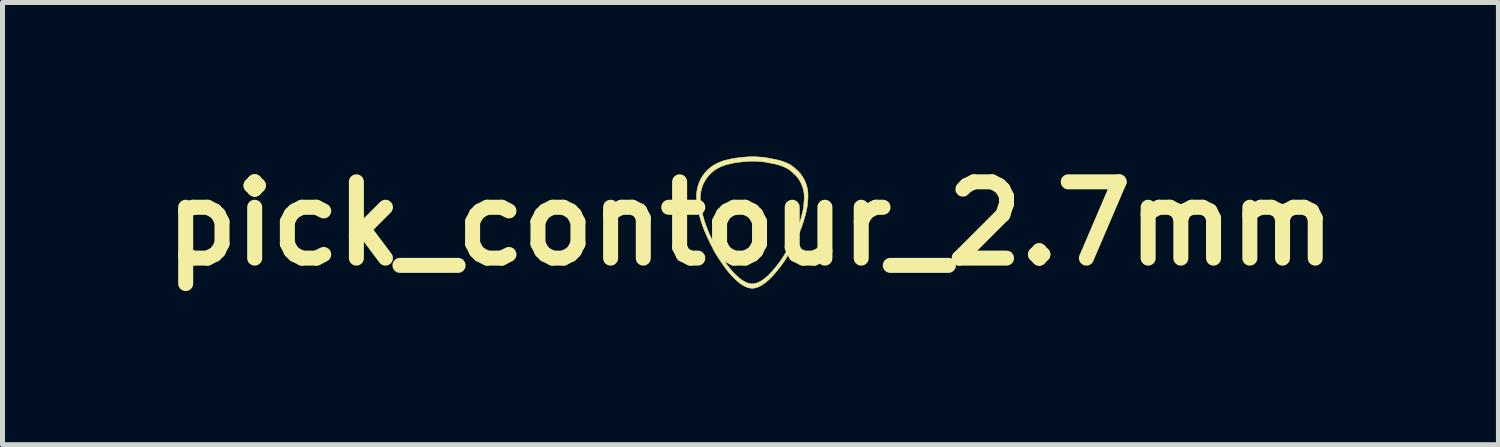
<source format=kicad_pcb>
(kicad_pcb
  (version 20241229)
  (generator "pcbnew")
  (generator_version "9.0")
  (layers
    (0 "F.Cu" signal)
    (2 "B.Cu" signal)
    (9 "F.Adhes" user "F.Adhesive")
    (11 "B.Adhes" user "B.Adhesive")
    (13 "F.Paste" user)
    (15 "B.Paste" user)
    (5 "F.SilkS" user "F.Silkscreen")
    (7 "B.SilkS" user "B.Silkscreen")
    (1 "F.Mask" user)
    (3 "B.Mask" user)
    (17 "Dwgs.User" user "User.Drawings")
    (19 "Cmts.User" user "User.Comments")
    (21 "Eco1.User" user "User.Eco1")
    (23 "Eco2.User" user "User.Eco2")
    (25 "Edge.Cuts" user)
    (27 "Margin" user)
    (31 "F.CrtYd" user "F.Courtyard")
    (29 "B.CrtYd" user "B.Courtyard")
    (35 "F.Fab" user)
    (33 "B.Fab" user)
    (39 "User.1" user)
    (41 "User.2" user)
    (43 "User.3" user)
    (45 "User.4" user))
  (footprint "pick_contour_2.7mm"
    (layer "F.Cu")
    (at 11.945 1.418)
    (property "Reference" "pick_contour_2.7mm" (at 0 0 0) (layer "F.SilkS") (effects (font (size 1.524 1.524) (thickness 0.3))))
    (attr through_hole)
    (fp_poly (pts (xy 0.119 -1.335) (xy 0.134 -1.334) (xy 0.148 -1.333) (xy 0.162 -1.332) (xy 0.175 -1.331) (xy 0.187 -1.33) (xy 0.199 -1.329) (xy 0.209 -1.328) (xy 0.219 -1.328) (xy 0.229 -1.327) (xy 0.238 -1.326) (xy 0.246 -1.325) (xy 0.253 -1.325) (xy 0.261 -1.324) (xy 0.267 -1.323) (xy 0.273 -1.322) (xy 0.279 -1.322) (xy 0.285 -1.321) (xy 0.286 -1.321) (xy 0.29 -1.32) (xy 0.295 -1.319) (xy 0.301 -1.318) (xy 0.308 -1.317) (xy 0.315 -1.316) (xy 0.323 -1.315) (xy 0.332 -1.313) (xy 0.341 -1.312) (xy 0.351 -1.31) (xy 0.361 -1.308) (xy 0.371 -1.306) (xy 0.382 -1.304) (xy 0.393 -1.302) (xy 0.396 -1.301) (xy 0.406 -1.3) (xy 0.415 -1.298) (xy 0.425 -1.296) (xy 0.434 -1.294) (xy 0.444 -1.292) (xy 0.453 -1.29) (xy 0.462 -1.289) (xy 0.471 -1.287) (xy 0.479 -1.285) (xy 0.487 -1.284) (xy 0.495 -1.282) (xy 0.502 -1.281) (xy 0.508 -1.28) (xy 0.514 -1.278) (xy 0.519 -1.277) (xy 0.523 -1.277) (xy 0.524 -1.276) (xy 0.553 -1.269) (xy 0.583 -1.262) (xy 0.611 -1.253) (xy 0.639 -1.244) (xy 0.666 -1.235) (xy 0.693 -1.224) (xy 0.716 -1.215) (xy 0.735 -1.206) (xy 0.753 -1.198) (xy 0.771 -1.189) (xy 0.788 -1.179) (xy 0.804 -1.17) (xy 0.815 -1.163) (xy 0.822 -1.158) (xy 0.83 -1.153) (xy 0.837 -1.148) (xy 0.843 -1.143) (xy 0.85 -1.138) (xy 0.857 -1.133) (xy 0.864 -1.127) (xy 0.871 -1.121) (xy 0.878 -1.115) (xy 0.886 -1.108) (xy 0.89 -1.104) (xy 0.893 -1.101) (xy 0.897 -1.098) (xy 0.902 -1.094) (xy 0.906 -1.09) (xy 0.91 -1.086) (xy 0.914 -1.083) (xy 0.915 -1.082) (xy 0.92 -1.078) (xy 0.924 -1.074) (xy 0.928 -1.07) (xy 0.932 -1.067) (xy 0.935 -1.064) (xy 0.938 -1.061) (xy 0.941 -1.058) (xy 0.945 -1.055) (xy 0.948 -1.052) (xy 0.949 -1.051) (xy 0.966 -1.034) (xy 0.982 -1.016) (xy 0.997 -0.998) (xy 1.011 -0.979) (xy 1.025 -0.96) (xy 1.039 -0.94) (xy 1.051 -0.92) (xy 1.064 -0.899) (xy 1.075 -0.877) (xy 1.077 -0.873) (xy 1.087 -0.852) (xy 1.097 -0.83) (xy 1.106 -0.808) (xy 1.113 -0.786) (xy 1.121 -0.763) (xy 1.127 -0.741) (xy 1.133 -0.718) (xy 1.137 -0.695) (xy 1.14 -0.678) (xy 1.143 -0.662) (xy 1.145 -0.646) (xy 1.147 -0.629) (xy 1.148 -0.611) (xy 1.149 -0.594) (xy 1.15 -0.576) (xy 1.15 -0.558) (xy 1.15 -0.542) (xy 1.15 -0.539) (xy 1.15 -0.537) (xy 1.15 -0.534) (xy 1.15 -0.532) (xy 1.15 -0.53) (xy 1.15 -0.527) (xy 1.15 -0.525) (xy 1.149 -0.523) (xy 1.149 -0.52) (xy 1.149 -0.517) (xy 1.149 -0.515) (xy 1.149 -0.511) (xy 1.149 -0.508) (xy 1.148 -0.504) (xy 1.148 -0.499) (xy 1.148 -0.494) (xy 1.147 -0.489) (xy 1.147 -0.483) (xy 1.146 -0.476) (xy 1.146 -0.469) (xy 1.145 -0.461) (xy 1.144 -0.452) (xy 1.144 -0.443) (xy 1.143 -0.433) (xy 1.143 -0.432) (xy 1.142 -0.42) (xy 1.141 -0.408) (xy 1.14 -0.397) (xy 1.139 -0.386) (xy 1.138 -0.377) (xy 1.137 -0.367) (xy 1.136 -0.358) (xy 1.134 -0.349) (xy 1.133 -0.34) (xy 1.132 -0.331) (xy 1.13 -0.322) (xy 1.129 -0.313) (xy 1.127 -0.304) (xy 1.125 -0.295) (xy 1.123 -0.285) (xy 1.12 -0.271) (xy 1.117 -0.256) (xy 1.114 -0.242) (xy 1.111 -0.227) (xy 1.107 -0.211) (xy 1.103 -0.196) (xy 1.099 -0.18) (xy 1.094 -0.163) (xy 1.09 -0.146) (xy 1.085 -0.128) (xy 1.08 -0.11) (xy 1.074 -0.091) (xy 1.072 -0.083) (xy 1.066 -0.063) (xy 1.059 -0.042) (xy 1.053 -0.022) (xy 1.046 -0.002) (xy 1.039 0.019) (xy 1.032 0.04) (xy 1.024 0.061) (xy 1.016 0.082) (xy 1.008 0.103) (xy 0.999 0.125) (xy 0.991 0.147) (xy 0.981 0.169) (xy 0.972 0.193) (xy 0.961 0.216) (xy 0.951 0.24) (xy 0.94 0.265) (xy 0.928 0.29) (xy 0.924 0.3) (xy 0.916 0.316) (xy 0.909 0.333) (xy 0.901 0.349) (xy 0.894 0.364) (xy 0.886 0.38) (xy 0.878 0.396) (xy 0.87 0.412) (xy 0.862 0.428) (xy 0.853 0.444) (xy 0.845 0.46) (xy 0.836 0.477) (xy 0.826 0.495) (xy 0.816 0.512) (xy 0.806 0.531) (xy 0.795 0.55) (xy 0.787 0.564) (xy 0.784 0.57) (xy 0.78 0.577) (xy 0.776 0.584) (xy 0.772 0.591) (xy 0.768 0.598) (xy 0.763 0.606) (xy 0.759 0.613) (xy 0.755 0.621) (xy 0.75 0.628) (xy 0.746 0.635) (xy 0.742 0.642) (xy 0.738 0.649) (xy 0.734 0.656) (xy 0.731 0.662) (xy 0.727 0.667) (xy 0.725 0.672) (xy 0.722 0.676) (xy 0.72 0.679) (xy 0.705 0.704) (xy 0.689 0.729) (xy 0.673 0.754) (xy 0.656 0.779) (xy 0.638 0.804) (xy 0.62 0.829) (xy 0.601 0.855) (xy 0.581 0.881) (xy 0.56 0.907) (xy 0.539 0.933) (xy 0.517 0.96) (xy 0.5 0.98) (xy 0.483 1) (xy 0.466 1.019) (xy 0.45 1.037) (xy 0.434 1.055) (xy 0.418 1.071) (xy 0.402 1.087) (xy 0.387 1.103) (xy 0.371 1.117) (xy 0.356 1.131) (xy 0.339 1.146) (xy 0.323 1.16) (xy 0.306 1.173) (xy 0.29 1.186) (xy 0.273 1.198) (xy 0.257 1.209) (xy 0.241 1.22) (xy 0.225 1.23) (xy 0.209 1.239) (xy 0.194 1.248) (xy 0.178 1.256) (xy 0.163 1.263) (xy 0.148 1.269) (xy 0.134 1.274) (xy 0.121 1.278) (xy 0.113 1.28) (xy 0.106 1.283) (xy 0.098 1.284) (xy 0.089 1.286) (xy 0.08 1.288) (xy 0.071 1.289) (xy 0.064 1.29) (xy 0.061 1.291) (xy 0.058 1.291) (xy 0.054 1.292) (xy 0.049 1.292) (xy 0.045 1.292) (xy 0.041 1.292) (xy 0.037 1.292) (xy 0.034 1.292) (xy 0.032 1.292) (xy 0.025 1.292) (xy 0.018 1.291) (xy 0.013 1.291) (xy 0.008 1.29) (xy 0.003 1.29) (xy -0.001 1.289) (xy -0.005 1.289) (xy -0.009 1.288) (xy -0.013 1.287) (xy -0.017 1.287) (xy -0.021 1.286) (xy -0.022 1.286) (xy -0.033 1.283) (xy -0.045 1.28) (xy -0.057 1.276) (xy -0.069 1.272) (xy -0.082 1.267) (xy -0.095 1.261) (xy -0.108 1.255) (xy -0.122 1.248) (xy -0.142 1.237) (xy -0.162 1.225) (xy -0.181 1.213) (xy -0.2 1.2) (xy -0.218 1.187) (xy -0.236 1.173) (xy -0.243 1.167) (xy -0.248 1.162) (xy -0.254 1.156) (xy -0.261 1.15) (xy -0.268 1.144) (xy -0.276 1.137) (xy -0.283 1.13) (xy -0.291 1.123) (xy -0.299 1.115) (xy -0.307 1.108) (xy -0.315 1.1) (xy -0.323 1.093) (xy -0.331 1.085) (xy -0.338 1.078) (xy -0.346 1.071) (xy -0.353 1.064) (xy -0.359 1.057) (xy -0.365 1.051) (xy -0.371 1.045) (xy -0.375 1.041) (xy -0.382 1.033) (xy -0.389 1.025) (xy -0.397 1.016) (xy -0.405 1.007) (xy -0.414 0.997) (xy -0.422 0.987) (xy -0.431 0.976) (xy -0.44 0.965) (xy -0.449 0.954) (xy -0.459 0.942) (xy -0.468 0.931) (xy -0.477 0.919) (xy -0.486 0.907) (xy -0.495 0.895) (xy -0.504 0.883) (xy -0.513 0.871) (xy -0.521 0.86) (xy -0.525 0.855) (xy -0.529 0.849) (xy -0.533 0.844) (xy -0.537 0.838) (xy -0.541 0.833) (xy -0.544 0.828) (xy -0.548 0.822) (xy -0.552 0.817) (xy -0.556 0.811) (xy -0.56 0.805) (xy -0.565 0.799) (xy -0.569 0.792) (xy -0.574 0.784) (xy -0.579 0.777) (xy -0.585 0.768) (xy -0.591 0.759) (xy -0.593 0.756) (xy -0.604 0.74) (xy -0.613 0.726) (xy -0.623 0.712) (xy -0.631 0.698) (xy -0.64 0.685) (xy -0.648 0.673) (xy -0.656 0.661) (xy -0.663 0.649) (xy -0.67 0.638) (xy -0.677 0.627) (xy -0.684 0.617) (xy -0.69 0.606) (xy -0.696 0.596) (xy -0.702 0.585) (xy -0.708 0.575) (xy -0.714 0.565) (xy -0.72 0.555) (xy -0.725 0.545) (xy -0.731 0.534) (xy -0.737 0.524) (xy -0.743 0.513) (xy -0.748 0.502) (xy -0.754 0.49) (xy -0.76 0.478) (xy -0.767 0.466) (xy -0.773 0.454) (xy -0.78 0.44) (xy -0.782 0.435) (xy -0.788 0.423) (xy -0.794 0.411) (xy -0.801 0.398) (xy -0.807 0.385) (xy -0.813 0.372) (xy -0.82 0.359) (xy -0.826 0.346) (xy -0.832 0.332) (xy -0.839 0.319) (xy -0.845 0.306) (xy -0.851 0.293) (xy -0.857 0.28) (xy -0.863 0.268) (xy -0.868 0.256) (xy -0.873 0.245) (xy -0.878 0.234) (xy -0.883 0.224) (xy -0.887 0.214) (xy -0.888 0.213) (xy -0.904 0.175) (xy -0.92 0.137) (xy -0.934 0.1) (xy -0.948 0.063) (xy -0.962 0.026) (xy -0.974 -0.011) (xy -0.986 -0.048) (xy -0.998 -0.085) (xy -1.008 -0.123) (xy -1.019 -0.16) (xy -1.028 -0.198) (xy -1.037 -0.236) (xy -1.045 -0.274) (xy -1.051 -0.303) (xy -1.054 -0.316) (xy -1.056 -0.327) (xy -1.058 -0.338) (xy -1.06 -0.348) (xy -1.062 -0.357) (xy -1.063 -0.366) (xy -1.064 -0.374) (xy -1.066 -0.382) (xy -1.067 -0.389) (xy -1.068 -0.396) (xy -1.068 -0.402) (xy -1.069 -0.409) (xy -1.07 -0.415) (xy -1.07 -0.421) (xy -1.071 -0.427) (xy -1.071 -0.432) (xy -1.071 -0.434) (xy -1.072 -0.446) (xy -1.072 -0.457) (xy -1.073 -0.467) (xy -1.074 -0.476) (xy -1.074 -0.484) (xy -1.075 -0.492) (xy -1.076 -0.499) (xy -1.076 -0.503) (xy -1.078 -0.513) (xy -1.078 -0.551) (xy -1.002 -0.551) (xy -1.002 -0.477) (xy -1.001 -0.468) (xy -1 -0.464) (xy -1 -0.458) (xy -0.999 -0.452) (xy -0.999 -0.445) (xy -0.998 -0.437) (xy -0.997 -0.428) (xy -0.997 -0.419) (xy -0.996 -0.409) (xy -0.996 -0.406) (xy -0.996 -0.4) (xy -0.996 -0.395) (xy -0.995 -0.39) (xy -0.995 -0.385) (xy -0.994 -0.38) (xy -0.994 -0.374) (xy -0.993 -0.369) (xy -0.992 -0.363) (xy -0.991 -0.357) (xy -0.99 -0.351) (xy -0.989 -0.344) (xy -0.988 -0.336) (xy -0.986 -0.328) (xy -0.985 -0.319) (xy -0.983 -0.309) (xy -0.983 -0.308) (xy -0.975 -0.271) (xy -0.968 -0.235) (xy -0.959 -0.199) (xy -0.951 -0.163) (xy -0.941 -0.128) (xy -0.931 -0.093) (xy -0.921 -0.058) (xy -0.91 -0.023) (xy -0.898 0.011) (xy -0.886 0.046) (xy -0.873 0.081) (xy -0.859 0.116) (xy -0.845 0.151) (xy -0.83 0.187) (xy -0.828 0.191) (xy -0.824 0.2) (xy -0.82 0.21) (xy -0.815 0.221) (xy -0.81 0.232) (xy -0.804 0.244) (xy -0.798 0.257) (xy -0.792 0.27) (xy -0.791 0.273) (xy -0.789 0.277) (xy -0.787 0.281) (xy -0.785 0.285) (xy -0.783 0.289) (xy -0.781 0.293) (xy -0.78 0.296) (xy -0.779 0.298) (xy -0.778 0.299) (xy -0.774 0.309) (xy -0.768 0.32) (xy -0.763 0.331) (xy -0.758 0.342) (xy -0.752 0.354) (xy -0.746 0.365) (xy -0.741 0.377) (xy -0.735 0.388) (xy -0.729 0.4) (xy -0.724 0.411) (xy -0.719 0.421) (xy -0.714 0.431) (xy -0.709 0.44) (xy -0.704 0.451) (xy -0.698 0.461) (xy -0.693 0.472) (xy -0.687 0.482) (xy -0.682 0.491) (xy -0.677 0.501) (xy -0.672 0.51) (xy -0.667 0.519) (xy -0.661 0.529) (xy -0.656 0.538) (xy -0.651 0.547) (xy -0.646 0.556) (xy -0.64 0.565) (xy -0.634 0.575) (xy -0.628 0.584) (xy -0.622 0.594) (xy -0.616 0.604) (xy -0.609 0.615) (xy -0.602 0.626) (xy -0.594 0.637) (xy -0.587 0.649) (xy -0.578 0.662) (xy -0.57 0.675) (xy -0.561 0.688) (xy -0.553 0.701) (xy -0.546 0.71) (xy -0.54 0.719) (xy -0.534 0.728) (xy -0.529 0.736) (xy -0.524 0.743) (xy -0.519 0.75) (xy -0.515 0.756) (xy -0.511 0.763) (xy -0.507 0.769) (xy -0.502 0.774) (xy -0.498 0.78) (xy -0.494 0.786) (xy -0.49 0.791) (xy -0.486 0.797) (xy -0.482 0.803) (xy -0.478 0.809) (xy -0.474 0.813) (xy -0.466 0.825) (xy -0.457 0.837) (xy -0.448 0.848) (xy -0.438 0.86) (xy -0.429 0.872) (xy -0.42 0.884) (xy -0.41 0.896) (xy -0.401 0.907) (xy -0.392 0.918) (xy -0.383 0.929) (xy -0.374 0.939) (xy -0.366 0.948) (xy -0.363 0.952) (xy -0.359 0.956) (xy -0.354 0.962) (xy -0.348 0.968) (xy -0.342 0.974) (xy -0.336 0.981) (xy -0.329 0.988) (xy -0.322 0.995) (xy -0.314 1.002) (xy -0.307 1.01) (xy -0.299 1.017) (xy -0.291 1.025) (xy -0.283 1.032) (xy -0.275 1.04) (xy -0.267 1.047) (xy -0.259 1.055) (xy -0.252 1.062) (xy -0.244 1.068) (xy -0.237 1.075) (xy -0.231 1.08) (xy -0.225 1.086) (xy -0.224 1.087) (xy -0.206 1.101) (xy -0.189 1.114) (xy -0.17 1.127) (xy -0.152 1.139) (xy -0.132 1.151) (xy -0.113 1.161) (xy -0.108 1.164) (xy -0.097 1.169) (xy -0.086 1.174) (xy -0.077 1.178) (xy -0.067 1.182) (xy -0.058 1.186) (xy -0.049 1.189) (xy -0.041 1.192) (xy -0.032 1.194) (xy -0.023 1.196) (xy -0.02 1.197) (xy -0.015 1.198) (xy -0.011 1.199) (xy -0.006 1.2) (xy -0.001 1.2) (xy 0.005 1.201) (xy 0.011 1.202) (xy 0.017 1.202) (xy 0.024 1.203) (xy 0.032 1.203) (xy 0.033 1.203) (xy 0.036 1.203) (xy 0.039 1.203) (xy 0.042 1.203) (xy 0.045 1.203) (xy 0.048 1.203) (xy 0.051 1.203) (xy 0.054 1.203) (xy 0.055 1.203) (xy 0.063 1.202) (xy 0.072 1.201) (xy 0.08 1.199) (xy 0.089 1.197) (xy 0.098 1.195) (xy 0.107 1.193) (xy 0.115 1.191) (xy 0.119 1.189) (xy 0.132 1.185) (xy 0.145 1.18) (xy 0.159 1.174) (xy 0.173 1.167) (xy 0.187 1.16) (xy 0.201 1.152) (xy 0.216 1.144) (xy 0.23 1.135) (xy 0.244 1.125) (xy 0.248 1.122) (xy 0.265 1.11) (xy 0.282 1.098) (xy 0.298 1.084) (xy 0.315 1.071) (xy 0.332 1.056) (xy 0.348 1.041) (xy 0.365 1.025) (xy 0.382 1.008) (xy 0.399 0.99) (xy 0.416 0.972) (xy 0.434 0.953) (xy 0.447 0.938) (xy 0.465 0.917) (xy 0.483 0.896) (xy 0.501 0.874) (xy 0.518 0.853) (xy 0.536 0.831) (xy 0.552 0.809) (xy 0.569 0.787) (xy 0.585 0.765) (xy 0.6 0.744) (xy 0.615 0.723) (xy 0.627 0.705) (xy 0.632 0.699) (xy 0.635 0.693) (xy 0.639 0.687) (xy 0.643 0.681) (xy 0.647 0.676) (xy 0.65 0.67) (xy 0.654 0.664) (xy 0.658 0.658) (xy 0.662 0.652) (xy 0.666 0.645) (xy 0.67 0.639) (xy 0.674 0.632) (xy 0.679 0.624) (xy 0.683 0.616) (xy 0.688 0.608) (xy 0.693 0.599) (xy 0.699 0.59) (xy 0.705 0.58) (xy 0.711 0.569) (xy 0.718 0.557) (xy 0.733 0.531) (xy 0.748 0.505) (xy 0.762 0.479) (xy 0.776 0.454) (xy 0.789 0.43) (xy 0.801 0.406) (xy 0.813 0.383) (xy 0.825 0.361) (xy 0.835 0.339) (xy 0.846 0.318) (xy 0.855 0.297) (xy 0.856 0.297) (xy 0.869 0.268) (xy 0.881 0.24) (xy 0.893 0.213) (xy 0.905 0.186) (xy 0.916 0.16) (xy 0.926 0.135) (xy 0.936 0.11) (xy 0.946 0.086) (xy 0.955 0.063) (xy 0.955 0.06) (xy 0.961 0.045) (xy 0.967 0.03) (xy 0.972 0.015) (xy 0.977 -0.000121) (xy 0.982 -0.015) (xy 0.987 -0.03) (xy 0.992 -0.046) (xy 0.997 -0.062) (xy 1.002 -0.079) (xy 1.007 -0.096) (xy 1.012 -0.114) (xy 1.018 -0.136) (xy 1.024 -0.158) (xy 1.03 -0.18) (xy 1.035 -0.2) (xy 1.04 -0.22) (xy 1.044 -0.24) (xy 1.048 -0.258) (xy 1.052 -0.276) (xy 1.055 -0.293) (xy 1.058 -0.31) (xy 1.06 -0.324) (xy 1.061 -0.331) (xy 1.062 -0.338) (xy 1.063 -0.345) (xy 1.063 -0.352) (xy 1.064 -0.359) (xy 1.065 -0.366) (xy 1.065 -0.374) (xy 1.066 -0.382) (xy 1.067 -0.391) (xy 1.067 -0.392) (xy 1.067 -0.398) (xy 1.068 -0.403) (xy 1.068 -0.409) (xy 1.069 -0.416) (xy 1.069 -0.422) (xy 1.07 -0.427) (xy 1.07 -0.432) (xy 1.071 -0.441) (xy 1.072 -0.449) (xy 1.072 -0.457) (xy 1.073 -0.464) (xy 1.073 -0.47) (xy 1.073 -0.476) (xy 1.074 -0.482) (xy 1.074 -0.487) (xy 1.074 -0.491) (xy 1.074 -0.496) (xy 1.075 -0.5) (xy 1.075 -0.504) (xy 1.075 -0.508) (xy 1.075 -0.512) (xy 1.075 -0.516) (xy 1.075 -0.521) (xy 1.075 -0.524) (xy 1.074 -0.54) (xy 1.074 -0.555) (xy 1.073 -0.569) (xy 1.072 -0.583) (xy 1.071 -0.597) (xy 1.069 -0.611) (xy 1.067 -0.624) (xy 1.065 -0.638) (xy 1.062 -0.651) (xy 1.061 -0.661) (xy 1.056 -0.683) (xy 1.05 -0.705) (xy 1.043 -0.727) (xy 1.035 -0.749) (xy 1.027 -0.77) (xy 1.018 -0.791) (xy 1.008 -0.812) (xy 0.998 -0.833) (xy 0.986 -0.853) (xy 0.974 -0.873) (xy 0.962 -0.892) (xy 0.948 -0.91) (xy 0.935 -0.928) (xy 0.922 -0.944) (xy 0.917 -0.95) (xy 0.912 -0.955) (xy 0.907 -0.961) (xy 0.902 -0.966) (xy 0.896 -0.972) (xy 0.891 -0.977) (xy 0.887 -0.981) (xy 0.883 -0.985) (xy 0.88 -0.988) (xy 0.877 -0.991) (xy 0.874 -0.994) (xy 0.87 -0.997) (xy 0.867 -1) (xy 0.863 -1.004) (xy 0.858 -1.008) (xy 0.856 -1.009) (xy 0.854 -1.012) (xy 0.85 -1.015) (xy 0.846 -1.018) (xy 0.842 -1.022) (xy 0.839 -1.025) (xy 0.835 -1.028) (xy 0.833 -1.03) (xy 0.83 -1.033) (xy 0.827 -1.036) (xy 0.824 -1.039) (xy 0.821 -1.041) (xy 0.818 -1.044) (xy 0.816 -1.046) (xy 0.814 -1.047) (xy 0.8 -1.059) (xy 0.785 -1.07) (xy 0.769 -1.081) (xy 0.752 -1.092) (xy 0.735 -1.102) (xy 0.716 -1.112) (xy 0.697 -1.122) (xy 0.681 -1.129) (xy 0.658 -1.139) (xy 0.635 -1.148) (xy 0.611 -1.157) (xy 0.586 -1.165) (xy 0.561 -1.173) (xy 0.535 -1.18) (xy 0.51 -1.187) (xy 0.493 -1.191) (xy 0.489 -1.192) (xy 0.484 -1.193) (xy 0.479 -1.194) (xy 0.473 -1.195) (xy 0.466 -1.196) (xy 0.458 -1.198) (xy 0.45 -1.2) (xy 0.442 -1.201) (xy 0.433 -1.203) (xy 0.424 -1.205) (xy 0.415 -1.206) (xy 0.405 -1.208) (xy 0.396 -1.21) (xy 0.386 -1.212) (xy 0.377 -1.214) (xy 0.367 -1.215) (xy 0.358 -1.217) (xy 0.349 -1.219) (xy 0.34 -1.221) (xy 0.332 -1.222) (xy 0.33 -1.222) (xy 0.321 -1.224) (xy 0.313 -1.225) (xy 0.305 -1.227) (xy 0.298 -1.228) (xy 0.291 -1.229) (xy 0.285 -1.23) (xy 0.28 -1.231) (xy 0.274 -1.232) (xy 0.269 -1.233) (xy 0.264 -1.233) (xy 0.26 -1.234) (xy 0.255 -1.235) (xy 0.25 -1.235) (xy 0.245 -1.236) (xy 0.24 -1.236) (xy 0.236 -1.237) (xy 0.233 -1.237) (xy 0.229 -1.237) (xy 0.224 -1.238) (xy 0.218 -1.238) (xy 0.212 -1.239) (xy 0.205 -1.239) (xy 0.198 -1.24) (xy 0.191 -1.24) (xy 0.184 -1.241) (xy 0.176 -1.242) (xy 0.169 -1.242) (xy 0.161 -1.243) (xy 0.154 -1.243) (xy 0.147 -1.244) (xy 0.141 -1.244) (xy 0.135 -1.244) (xy 0.133 -1.245) (xy 0.129 -1.245) (xy 0.124 -1.245) (xy 0.119 -1.246) (xy 0.114 -1.246) (xy 0.109 -1.246) (xy 0.104 -1.246) (xy 0.104 -1.246) (xy 0.102 -1.247) (xy 0.1 -1.247) (xy 0.097 -1.247) (xy 0.095 -1.247) (xy 0.093 -1.247) (xy 0.091 -1.247) (xy 0.088 -1.247) (xy 0.086 -1.247) (xy 0.083 -1.247) (xy 0.079 -1.247) (xy 0.076 -1.247) (xy 0.071 -1.247) (xy 0.066 -1.247) (xy 0.061 -1.247) (xy 0.055 -1.247) (xy 0.048 -1.247) (xy 0.043 -1.247) (xy 0.035 -1.247) (xy 0.028 -1.247) (xy 0.021 -1.247) (xy 0.016 -1.247) (xy 0.01 -1.247) (xy 0.006 -1.247) (xy 0.001 -1.247) (xy -0.003 -1.247) (xy -0.007 -1.247) (xy -0.01 -1.247) (xy -0.014 -1.247) (xy -0.018 -1.247) (xy -0.022 -1.246) (xy -0.026 -1.246) (xy -0.03 -1.246) (xy -0.035 -1.245) (xy -0.041 -1.245) (xy -0.047 -1.244) (xy -0.053 -1.244) (xy -0.053 -1.244) (xy -0.065 -1.243) (xy -0.075 -1.242) (xy -0.084 -1.241) (xy -0.093 -1.241) (xy -0.101 -1.24) (xy -0.109 -1.239) (xy -0.116 -1.239) (xy -0.122 -1.238) (xy -0.128 -1.238) (xy -0.134 -1.237) (xy -0.14 -1.237) (xy -0.146 -1.236) (xy -0.151 -1.236) (xy -0.156 -1.235) (xy -0.162 -1.235) (xy -0.167 -1.234) (xy -0.172 -1.233) (xy -0.178 -1.233) (xy -0.18 -1.233) (xy -0.195 -1.231) (xy -0.21 -1.229) (xy -0.224 -1.227) (xy -0.237 -1.226) (xy -0.25 -1.224) (xy -0.262 -1.223) (xy -0.274 -1.221) (xy -0.285 -1.219) (xy -0.297 -1.217) (xy -0.307 -1.216) (xy -0.318 -1.214) (xy -0.329 -1.212) (xy -0.34 -1.21) (xy -0.351 -1.207) (xy -0.362 -1.205) (xy -0.373 -1.203) (xy -0.385 -1.2) (xy -0.397 -1.197) (xy -0.406 -1.195) (xy -0.409 -1.194) (xy -0.414 -1.194) (xy -0.418 -1.193) (xy -0.421 -1.192) (xy -0.425 -1.191) (xy -0.427 -1.19) (xy -0.428 -1.19) (xy -0.441 -1.187) (xy -0.453 -1.184) (xy -0.465 -1.182) (xy -0.475 -1.179) (xy -0.485 -1.176) (xy -0.495 -1.173) (xy -0.504 -1.17) (xy -0.512 -1.168) (xy -0.517 -1.166) (xy -0.538 -1.158) (xy -0.558 -1.151) (xy -0.577 -1.143) (xy -0.596 -1.135) (xy -0.614 -1.126) (xy -0.631 -1.118) (xy -0.648 -1.109) (xy -0.664 -1.1) (xy -0.679 -1.091) (xy -0.695 -1.082) (xy -0.709 -1.072) (xy -0.715 -1.068) (xy -0.728 -1.058) (xy -0.742 -1.047) (xy -0.756 -1.036) (xy -0.77 -1.024) (xy -0.784 -1.011) (xy -0.797 -0.998) (xy -0.811 -0.985) (xy -0.824 -0.971) (xy -0.836 -0.957) (xy -0.846 -0.946) (xy -0.861 -0.927) (xy -0.876 -0.907) (xy -0.89 -0.887) (xy -0.903 -0.867) (xy -0.915 -0.846) (xy -0.926 -0.824) (xy -0.937 -0.802) (xy -0.947 -0.78) (xy -0.956 -0.758) (xy -0.965 -0.734) (xy -0.972 -0.711) (xy -0.976 -0.699) (xy -0.981 -0.678) (xy -0.986 -0.658) (xy -0.99 -0.637) (xy -0.994 -0.617) (xy -0.997 -0.598) (xy -0.998 -0.58) (xy -0.999 -0.576) (xy -0.999 -0.572) (xy -0.999 -0.57) (xy -1 -0.567) (xy -1 -0.565) (xy -1 -0.563) (xy -1 -0.562) (xy -1.001 -0.56) (xy -1.001 -0.558) (xy -1.001 -0.557) (xy -1.002 -0.551) (xy -1.078 -0.551) (xy -1.078 -0.588) (xy -1.077 -0.593) (xy -1.076 -0.596) (xy -1.076 -0.599) (xy -1.075 -0.601) (xy -1.075 -0.603) (xy -1.075 -0.605) (xy -1.075 -0.607) (xy -1.074 -0.61) (xy -1.074 -0.613) (xy -1.074 -0.617) (xy -1.074 -0.617) (xy -1.072 -0.639) (xy -1.069 -0.659) (xy -1.065 -0.68) (xy -1.061 -0.701) (xy -1.056 -0.722) (xy -1.051 -0.743) (xy -1.044 -0.764) (xy -1.039 -0.78) (xy -1.031 -0.804) (xy -1.022 -0.827) (xy -1.012 -0.851) (xy -1.001 -0.873) (xy -0.989 -0.896) (xy -0.977 -0.918) (xy -0.964 -0.939) (xy -0.95 -0.96) (xy -0.935 -0.981) (xy -0.92 -1.001) (xy -0.904 -1.02) (xy -0.887 -1.04) (xy -0.869 -1.058) (xy -0.85 -1.077) (xy -0.831 -1.095) (xy -0.817 -1.107) (xy -0.803 -1.119) (xy -0.788 -1.131) (xy -0.772 -1.142) (xy -0.756 -1.153) (xy -0.74 -1.164) (xy -0.723 -1.174) (xy -0.705 -1.184) (xy -0.687 -1.194) (xy -0.669 -1.203) (xy -0.649 -1.212) (xy -0.629 -1.221) (xy -0.608 -1.23) (xy -0.586 -1.238) (xy -0.564 -1.247) (xy -0.561 -1.248) (xy -0.554 -1.25) (xy -0.547 -1.252) (xy -0.541 -1.255) (xy -0.534 -1.257) (xy -0.528 -1.259) (xy -0.521 -1.261) (xy -0.514 -1.263) (xy -0.506 -1.265) (xy -0.498 -1.267) (xy -0.489 -1.269) (xy -0.48 -1.271) (xy -0.47 -1.273) (xy -0.469 -1.273) (xy -0.465 -1.274) (xy -0.459 -1.276) (xy -0.453 -1.277) (xy -0.447 -1.278) (xy -0.441 -1.28) (xy -0.436 -1.281) (xy -0.432 -1.282) (xy -0.417 -1.285) (xy -0.403 -1.289) (xy -0.389 -1.291) (xy -0.376 -1.294) (xy -0.363 -1.297) (xy -0.35 -1.299) (xy -0.338 -1.301) (xy -0.325 -1.304) (xy -0.312 -1.306) (xy -0.299 -1.308) (xy -0.286 -1.31) (xy -0.278 -1.311) (xy -0.269 -1.312) (xy -0.26 -1.313) (xy -0.25 -1.314) (xy -0.24 -1.315) (xy -0.23 -1.317) (xy -0.219 -1.318) (xy -0.209 -1.319) (xy -0.198 -1.32) (xy -0.188 -1.321) (xy -0.178 -1.323) (xy -0.168 -1.324) (xy -0.159 -1.324) (xy -0.151 -1.325) (xy -0.148 -1.325) (xy -0.143 -1.326) (xy -0.137 -1.326) (xy -0.13 -1.327) (xy -0.124 -1.328) (xy -0.116 -1.328) (xy -0.109 -1.329) (xy -0.102 -1.329) (xy -0.094 -1.33) (xy -0.086 -1.331) (xy -0.078 -1.331) (xy -0.071 -1.332) (xy -0.063 -1.333) (xy -0.056 -1.333) (xy -0.049 -1.334) (xy -0.043 -1.334) (xy -0.037 -1.335) (xy -0.031 -1.335) (xy -0.026 -1.335) (xy -0.022 -1.336) (xy -0.019 -1.336) (xy -0.016 -1.336) (xy -0.015 -1.336) (xy -0.013 -1.336) (xy -0.01 -1.336) (xy -0.007 -1.336) (xy -0.002 -1.336) (xy 0.003 -1.336) (xy 0.009 -1.336) (xy 0.015 -1.336) (xy 0.022 -1.337) (xy 0.029 -1.337) (xy 0.036 -1.337) (xy 0.044 -1.337) (xy 0.093 -1.337) (xy 0.119 -1.335)) (stroke (width 0.01) (type solid)) (fill yes) (layer "F.SilkS")))
  (gr_rect
    (start -3 -3)
    (end 26.891 5.836)
    (stroke (width 0.1) (type default))
    (fill no)
    (layer "Edge.Cuts")))
</source>
